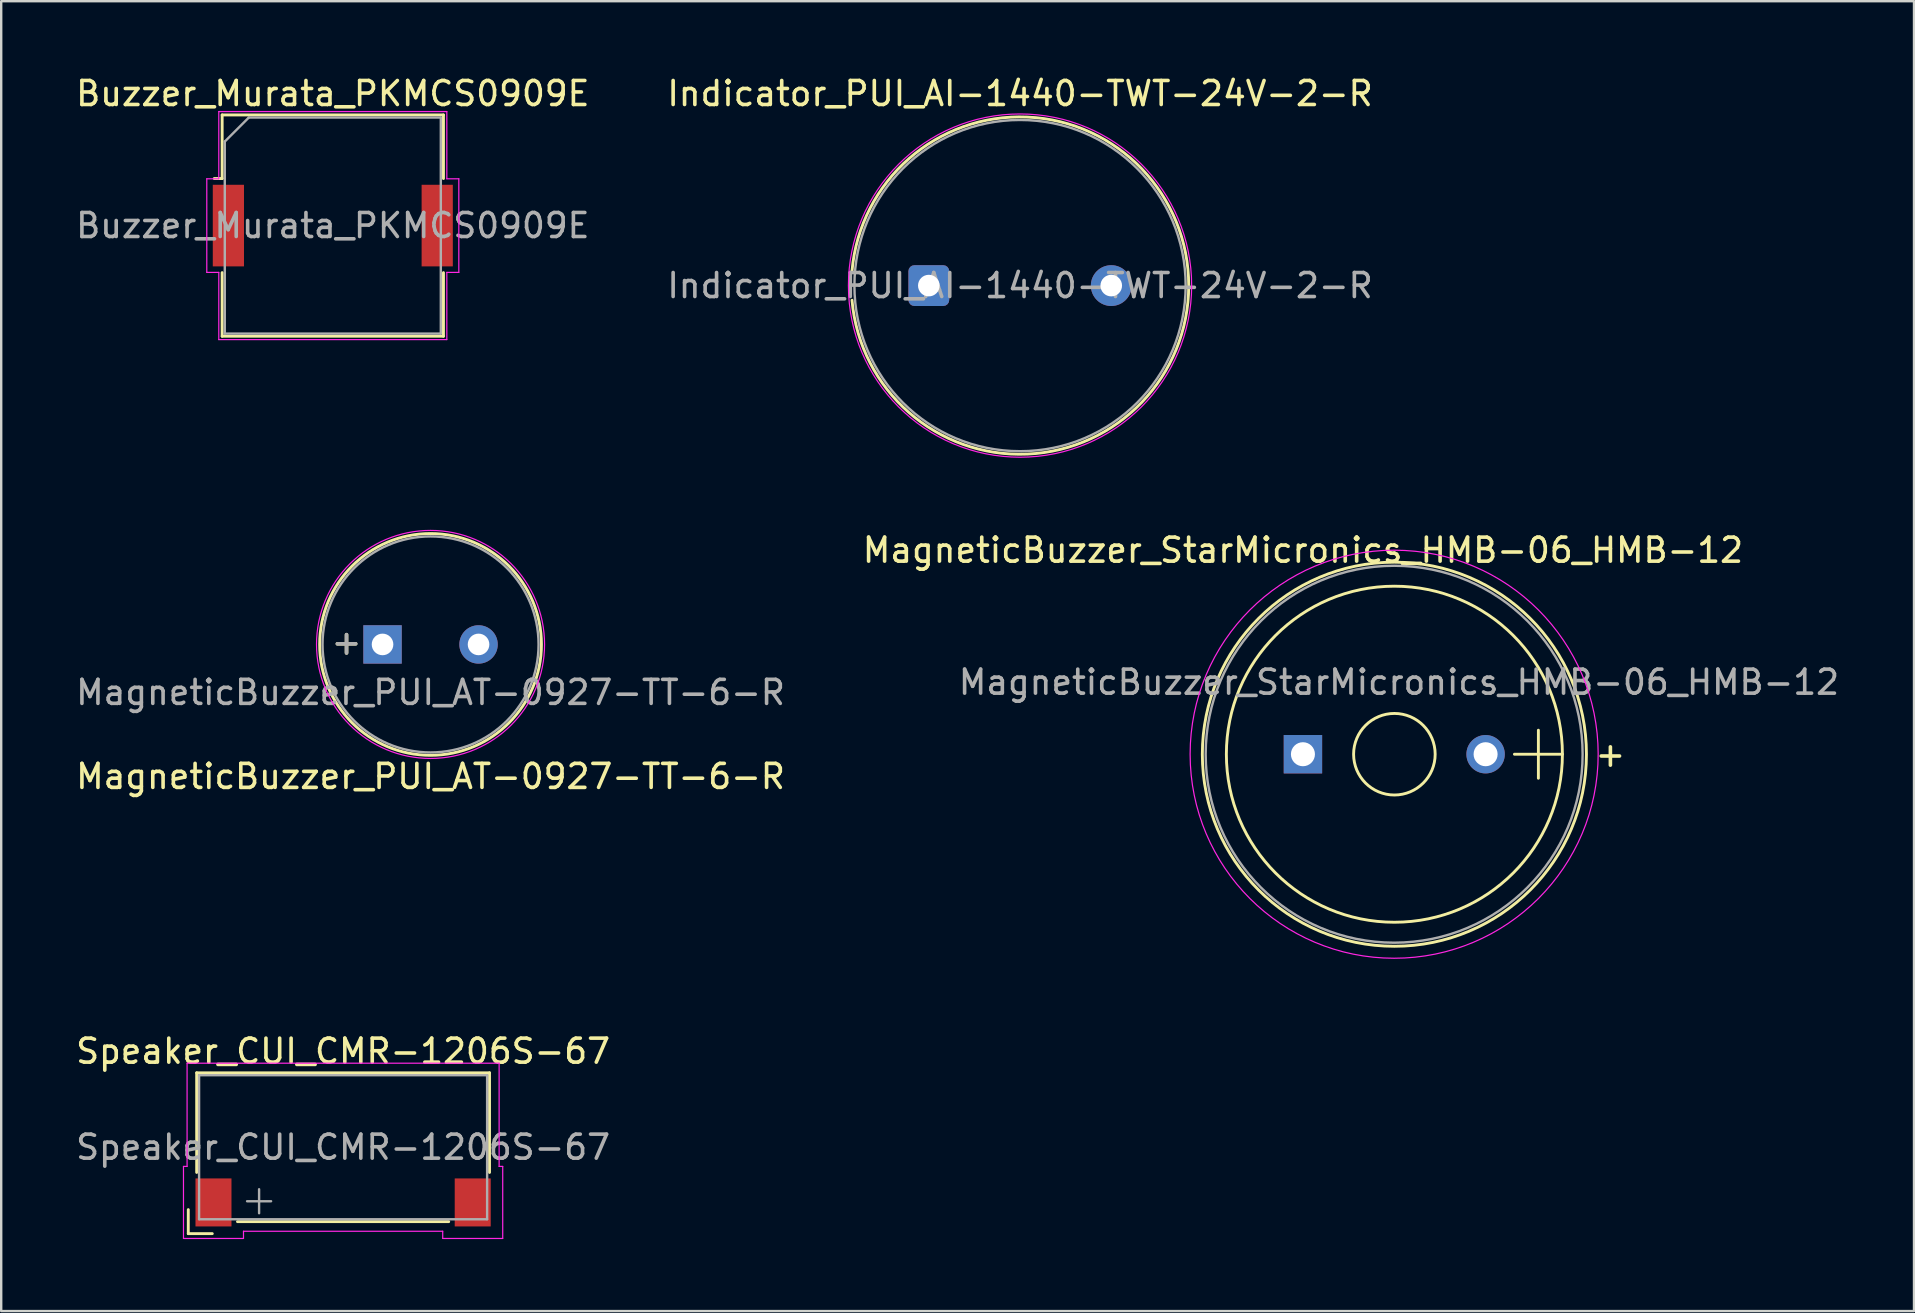
<source format=kicad_pcb>
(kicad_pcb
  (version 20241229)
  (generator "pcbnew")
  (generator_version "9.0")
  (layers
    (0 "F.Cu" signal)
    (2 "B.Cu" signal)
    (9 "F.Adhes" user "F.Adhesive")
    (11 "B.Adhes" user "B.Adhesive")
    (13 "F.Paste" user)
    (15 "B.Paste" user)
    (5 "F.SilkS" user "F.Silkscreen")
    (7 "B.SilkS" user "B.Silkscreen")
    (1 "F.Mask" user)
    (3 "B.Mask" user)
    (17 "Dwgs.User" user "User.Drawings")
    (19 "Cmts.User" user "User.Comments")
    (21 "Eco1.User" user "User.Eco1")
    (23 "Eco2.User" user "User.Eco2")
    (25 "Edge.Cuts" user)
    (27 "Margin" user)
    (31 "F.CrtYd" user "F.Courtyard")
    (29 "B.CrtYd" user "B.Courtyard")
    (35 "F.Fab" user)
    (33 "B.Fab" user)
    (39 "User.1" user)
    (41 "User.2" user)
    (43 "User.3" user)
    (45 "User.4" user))
  (footprint "Indicator_PUI_AI-1440-TWT-24V-2-R"
    (layer "F.Cu")
    (at 35.646 8.848)
    (property "Reference" "Indicator_PUI_AI-1440-TWT-24V-2-R" (at 3.8 -8 0) (layer "F.SilkS") (effects (font (size 1 1) (thickness 0.15))))
    (attr through_hole)
    (fp_arc (start -3.2 -0.615) (mid 10.826964 0.00257) (end -3.200448 0.60988) (stroke (width 0.12) (type solid)) (layer "F.SilkS"))
    (fp_circle (center 3.8 0) (end 10.95 0) (stroke (width 0.05) (type solid)) (fill no) (layer "F.CrtYd"))
    (fp_circle (center 3.8 0) (end 10.7 0) (stroke (width 0.1) (type solid)) (fill no) (layer "F.Fab"))
    (fp_text user "${REFERENCE}" (at 3.8 0 0) (layer "F.Fab") (effects (font (size 1 1) (thickness 0.15))))
    (pad "1" thru_hole roundrect (at 0 0) (size 1.7 1.7) (drill 0.9) (layers "*.Cu" "*.Mask") (roundrect_rratio 0.147))
    (pad "2" thru_hole circle (at 7.6 0) (size 1.7 1.7) (drill 0.9) (layers "*.Cu" "*.Mask")))
  (footprint "MagneticBuzzer_StarMicronics_HMB-06_HMB-12"
    (layer "F.Cu")
    (at 51.232 28.372)
    (property "Reference" "MagneticBuzzer_StarMicronics_HMB-06_HMB-12" (at 0 -8.5 0) (layer "F.SilkS") (effects (font (size 1 1) (thickness 0.15))))
    (attr through_hole)
    (fp_line (start 8.811 0) (end 10.81 0) (stroke (width 0.12) (type solid)) (layer "F.SilkS"))
    (fp_line (start 9.809 -1.001) (end 9.809 1.001) (stroke (width 0.12) (type solid)) (layer "F.SilkS"))
    (fp_circle (center 3.81 0) (end 5.509 0) (stroke (width 0.12) (type solid)) (fill no) (layer "F.SilkS"))
    (fp_circle (center 3.81 0) (end 10.81 0) (stroke (width 0.12) (type solid)) (fill no) (layer "F.SilkS"))
    (fp_circle (center 3.81 0) (end 11.811 0) (stroke (width 0.12) (type solid)) (fill no) (layer "F.SilkS"))
    (fp_circle (center 3.8 0) (end 12.3 0) (stroke (width 0.05) (type solid)) (fill no) (layer "F.CrtYd"))
    (fp_circle (center 3.8 0) (end 11.6 -0.9) (stroke (width 0.1) (type solid)) (fill no) (layer "F.Fab"))
    (fp_text user "+" (at 12.809 0 0) (layer "F.SilkS") (effects (font (size 1 1) (thickness 0.15))))
    (fp_text user "${REFERENCE}" (at 4 -3 0) (layer "F.Fab") (effects (font (size 1 1) (thickness 0.15))))
    (pad "1" thru_hole rect (at 0 0) (size 1.6 1.6) (drill 1.001) (layers "*.Cu" "*.Mask"))
    (pad "2" thru_hole circle (at 7.61 0) (size 1.6 1.6) (drill 1.001) (layers "*.Cu" "*.Mask")))
  (footprint "Speaker_CUI_CMR-1206S-67"
    (layer "F.Cu")
    (at 11.244 44.745)
    (property "Reference" "Speaker_CUI_CMR-1206S-67" (at 0 -4 0) (layer "F.SilkS") (effects (font (size 1 1) (thickness 0.15))))
    (attr smd)
    (fp_line (start -6.45 2.6) (end -6.45 3.6) (stroke (width 0.12) (type solid)) (layer "F.SilkS"))
    (fp_line (start -6.45 3.6) (end -5.45 3.6) (stroke (width 0.12) (type solid)) (layer "F.SilkS"))
    (fp_line (start -6.1 -3.1) (end 6.1 -3.1) (stroke (width 0.12) (type solid)) (layer "F.SilkS"))
    (fp_line (start -6.1 1.05) (end -6.1 -3.1) (stroke (width 0.12) (type solid)) (layer "F.SilkS"))
    (fp_line (start 4.4 3.1) (end -4.4 3.1) (stroke (width 0.12) (type solid)) (layer "F.SilkS"))
    (fp_line (start 6.1 -3.1) (end 6.1 1.05) (stroke (width 0.12) (type solid)) (layer "F.SilkS"))
    (fp_line (start -6.65 0.8) (end -6.65 3.8) (stroke (width 0.05) (type solid)) (layer "F.CrtYd"))
    (fp_line (start -6.65 3.8) (end -4.15 3.8) (stroke (width 0.05) (type solid)) (layer "F.CrtYd"))
    (fp_line (start -6.5 -3.5) (end 6.5 -3.5) (stroke (width 0.05) (type solid)) (layer "F.CrtYd"))
    (fp_line (start -6.5 0.8) (end -6.65 0.8) (stroke (width 0.05) (type solid)) (layer "F.CrtYd"))
    (fp_line (start -6.5 0.8) (end -6.5 -3.5) (stroke (width 0.05) (type solid)) (layer "F.CrtYd"))
    (fp_line (start -4.15 3.8) (end -4.15 3.5) (stroke (width 0.05) (type solid)) (layer "F.CrtYd"))
    (fp_line (start 4.15 3.5) (end -4.15 3.5) (stroke (width 0.05) (type solid)) (layer "F.CrtYd"))
    (fp_line (start 4.15 3.8) (end 4.15 3.5) (stroke (width 0.05) (type solid)) (layer "F.CrtYd"))
    (fp_line (start 6.5 -3.5) (end 6.5 0.8) (stroke (width 0.05) (type solid)) (layer "F.CrtYd"))
    (fp_line (start 6.5 0.8) (end 6.65 0.8) (stroke (width 0.05) (type solid)) (layer "F.CrtYd"))
    (fp_line (start 6.65 0.8) (end 6.65 3.8) (stroke (width 0.05) (type solid)) (layer "F.CrtYd"))
    (fp_line (start 6.65 3.8) (end 4.15 3.8) (stroke (width 0.05) (type solid)) (layer "F.CrtYd"))
    (fp_line (start -6 -3) (end -6 3) (stroke (width 0.1) (type solid)) (layer "F.Fab"))
    (fp_line (start -6 3) (end 6 3) (stroke (width 0.1) (type solid)) (layer "F.Fab"))
    (fp_line (start -4 2.25) (end -3 2.25) (stroke (width 0.1) (type solid)) (layer "F.Fab"))
    (fp_line (start -3.5 2.75) (end -3.5 1.75) (stroke (width 0.1) (type solid)) (layer "F.Fab"))
    (fp_line (start 6 -3) (end -6 -3) (stroke (width 0.1) (type solid)) (layer "F.Fab"))
    (fp_line (start 6 3) (end 6 -3) (stroke (width 0.1) (type solid)) (layer "F.Fab"))
    (fp_text user "${REFERENCE}" (at 0 0 180) (layer "F.Fab") (effects (font (size 1 1) (thickness 0.15))))
    (pad "1" smd rect (at -5.4 2.3 180) (size 1.5 2) (layers "F.Cu" "F.Mask"))
    (pad "2" smd rect (at 5.4 2.3 180) (size 1.5 2) (layers "F.Cu" "F.Mask")))
  (footprint "Buzzer_Murata_PKMCS0909E"
    (layer "F.Cu")
    (at 10.815 6.348)
    (property "Reference" "Buzzer_Murata_PKMCS0909E" (at 0 -5.5 0) (layer "F.SilkS") (effects (font (size 1 1) (thickness 0.15))))
    (attr smd)
    (fp_line (start -4.61 -4.61) (end 4.61 -4.61) (stroke (width 0.12) (type solid)) (layer "F.SilkS"))
    (fp_line (start -4.61 -1.96) (end -4.94 -1.96) (stroke (width 0.12) (type solid)) (layer "F.SilkS"))
    (fp_line (start -4.61 -1.96) (end -4.61 -4.61) (stroke (width 0.12) (type solid)) (layer "F.SilkS"))
    (fp_line (start -4.61 4.61) (end -4.61 1.96) (stroke (width 0.12) (type solid)) (layer "F.SilkS"))
    (fp_line (start 4.61 -4.61) (end 4.61 -1.96) (stroke (width 0.12) (type solid)) (layer "F.SilkS"))
    (fp_line (start 4.61 1.96) (end 4.61 4.61) (stroke (width 0.12) (type solid)) (layer "F.SilkS"))
    (fp_line (start 4.61 4.61) (end -4.61 4.61) (stroke (width 0.12) (type solid)) (layer "F.SilkS"))
    (fp_line (start -5.25 1.95) (end -5.25 -1.95) (stroke (width 0.05) (type solid)) (layer "F.CrtYd"))
    (fp_line (start -4.75 -4.75) (end 4.75 -4.75) (stroke (width 0.05) (type solid)) (layer "F.CrtYd"))
    (fp_line (start -4.75 -1.95) (end -5.25 -1.95) (stroke (width 0.05) (type solid)) (layer "F.CrtYd"))
    (fp_line (start -4.75 -1.95) (end -4.75 -4.75) (stroke (width 0.05) (type solid)) (layer "F.CrtYd"))
    (fp_line (start -4.75 1.95) (end -5.25 1.95) (stroke (width 0.05) (type solid)) (layer "F.CrtYd"))
    (fp_line (start -4.75 4.75) (end -4.75 1.95) (stroke (width 0.05) (type solid)) (layer "F.CrtYd"))
    (fp_line (start 4.75 -1.95) (end 4.75 -4.75) (stroke (width 0.05) (type solid)) (layer "F.CrtYd"))
    (fp_line (start 4.75 -1.95) (end 5.25 -1.95) (stroke (width 0.05) (type solid)) (layer "F.CrtYd"))
    (fp_line (start 4.75 1.95) (end 5.25 1.95) (stroke (width 0.05) (type solid)) (layer "F.CrtYd"))
    (fp_line (start 4.75 4.75) (end -4.75 4.75) (stroke (width 0.05) (type solid)) (layer "F.CrtYd"))
    (fp_line (start 4.75 4.75) (end 4.75 1.95) (stroke (width 0.05) (type solid)) (layer "F.CrtYd"))
    (fp_line (start 5.25 1.95) (end 5.25 -1.95) (stroke (width 0.05) (type solid)) (layer "F.CrtYd"))
    (fp_line (start -4.5 -3.5) (end -3.5 -4.5) (stroke (width 0.1) (type solid)) (layer "F.Fab"))
    (fp_line (start -4.5 4.5) (end -4.5 -3.5) (stroke (width 0.1) (type solid)) (layer "F.Fab"))
    (fp_line (start -3.5 -4.5) (end 4.5 -4.5) (stroke (width 0.1) (type solid)) (layer "F.Fab"))
    (fp_line (start 4.5 -4.5) (end 4.5 4.5) (stroke (width 0.1) (type solid)) (layer "F.Fab"))
    (fp_line (start 4.5 4.5) (end -4.5 4.5) (stroke (width 0.1) (type solid)) (layer "F.Fab"))
    (fp_text user "${REFERENCE}" (at 0 0 0) (layer "F.Fab") (effects (font (size 1 1) (thickness 0.15))))
    (pad "1" smd rect (at -4.35 0) (size 1.3 3.4) (layers "F.Cu" "F.Mask" "F.Paste"))
    (pad "2" smd rect (at 4.35 0) (size 1.3 3.4) (layers "F.Cu" "F.Mask" "F.Paste")))
  (footprint "MagneticBuzzer_PUI_AT-0927-TT-6-R"
    (layer "F.Cu")
    (at 12.887 23.798)
    (property "Reference" "MagneticBuzzer_PUI_AT-0927-TT-6-R" (at 2 5.5 0) (layer "F.SilkS") (effects (font (size 1 1) (thickness 0.15))))
    (attr through_hole)
    (fp_circle (center 2 0) (end 6.62 0) (stroke (width 0.12) (type solid)) (fill no) (layer "F.SilkS"))
    (fp_circle (center 2 0) (end 6.75 0) (stroke (width 0.05) (type solid)) (fill no) (layer "F.CrtYd"))
    (fp_circle (center 2 0) (end 6.5 0) (stroke (width 0.1) (type solid)) (fill no) (layer "F.Fab"))
    (fp_text user "+" (at -1.5 -0.1 0) (layer "F.SilkS") (effects (font (size 1 1) (thickness 0.15))))
    (fp_text user "${REFERENCE}" (at 2 2 0) (layer "F.Fab") (effects (font (size 1 1) (thickness 0.15))))
    (fp_text user "+" (at -1.5 -0.1 0) (layer "F.Fab") (effects (font (size 1 1) (thickness 0.15))))
    (pad "1" thru_hole rect (at 0 0) (size 1.6 1.6) (drill 0.9) (layers "*.Cu" "*.Mask"))
    (pad "2" thru_hole circle (at 4 0) (size 1.6 1.6) (drill 0.9) (layers "*.Cu" "*.Mask")))
  (gr_rect
    (start -3 -3)
    (end 76.69 51.57)
    (stroke (width 0.1) (type default))
    (fill no)
    (layer "Edge.Cuts")))
</source>
